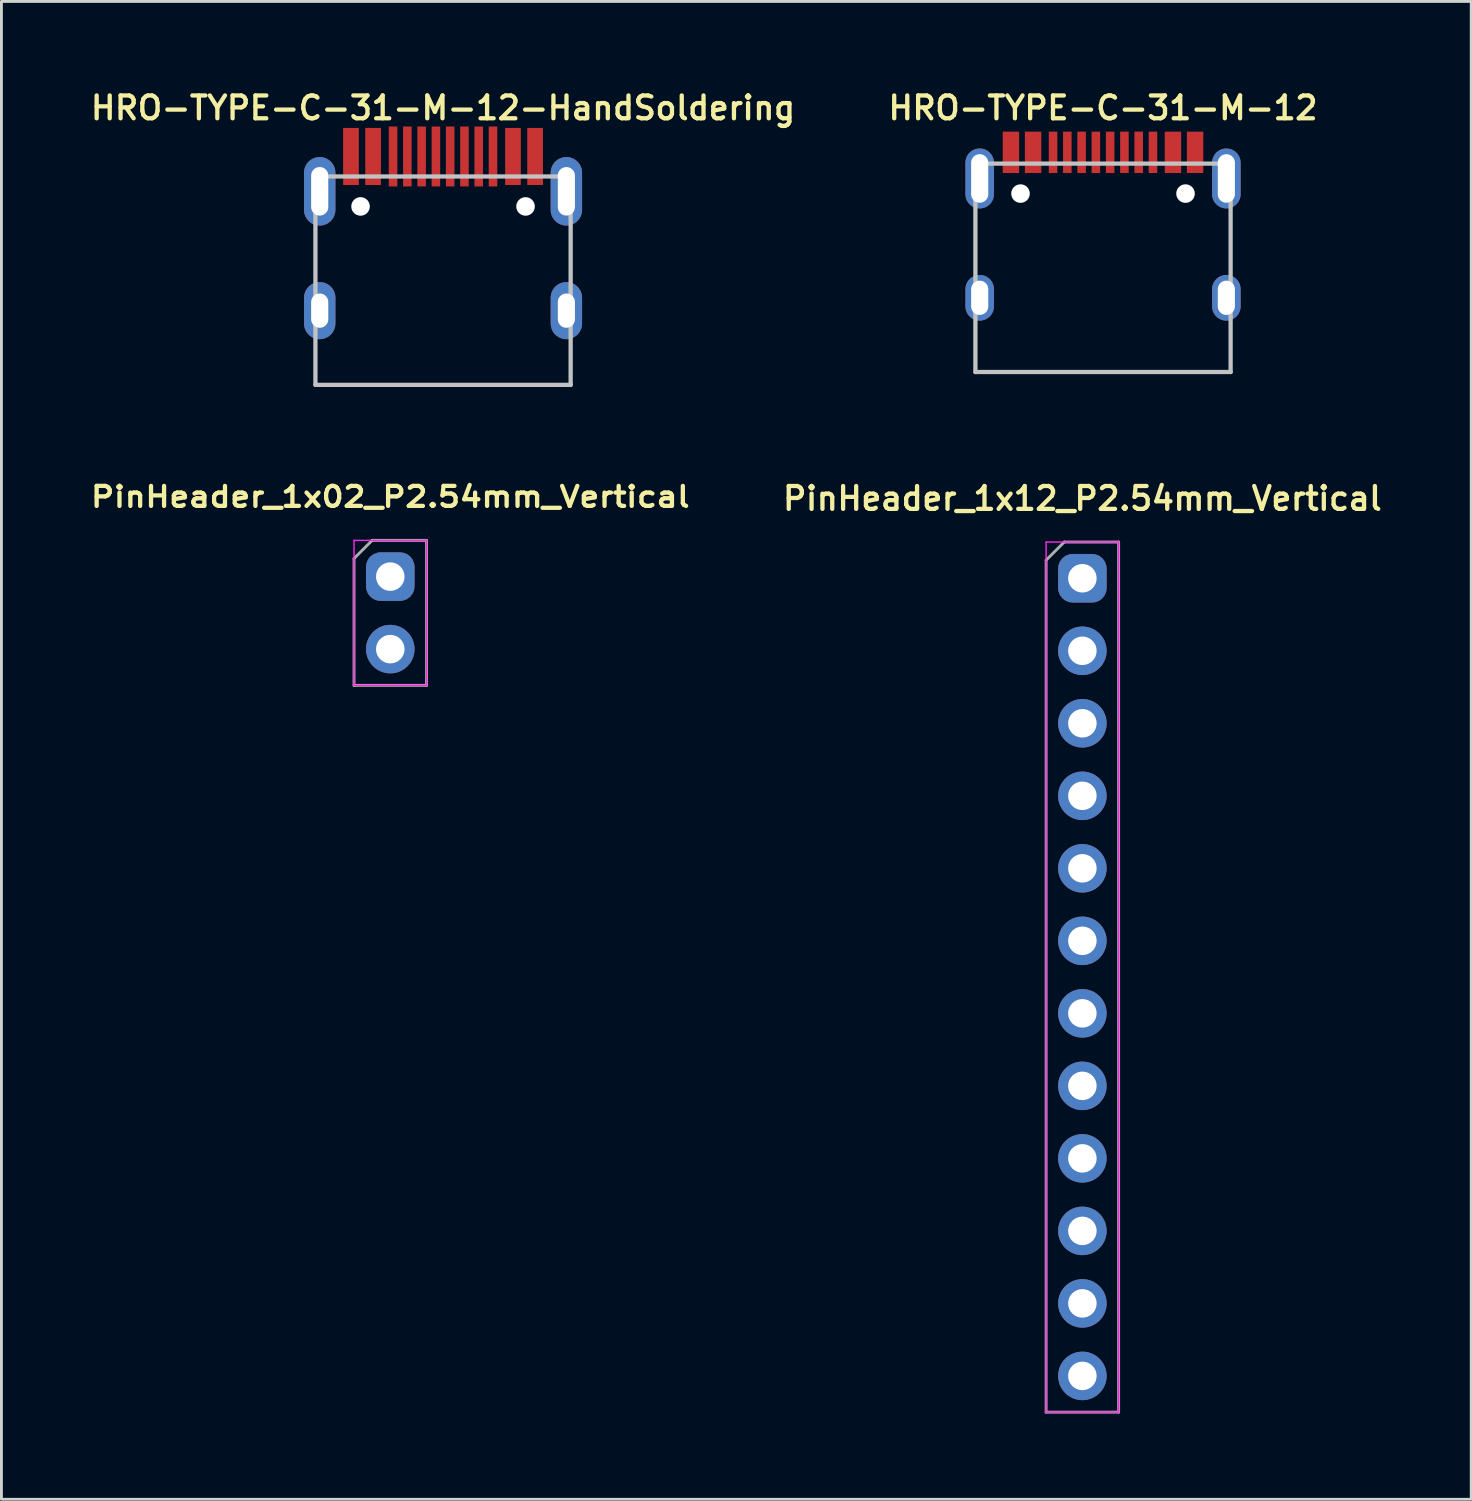
<source format=kicad_pcb>
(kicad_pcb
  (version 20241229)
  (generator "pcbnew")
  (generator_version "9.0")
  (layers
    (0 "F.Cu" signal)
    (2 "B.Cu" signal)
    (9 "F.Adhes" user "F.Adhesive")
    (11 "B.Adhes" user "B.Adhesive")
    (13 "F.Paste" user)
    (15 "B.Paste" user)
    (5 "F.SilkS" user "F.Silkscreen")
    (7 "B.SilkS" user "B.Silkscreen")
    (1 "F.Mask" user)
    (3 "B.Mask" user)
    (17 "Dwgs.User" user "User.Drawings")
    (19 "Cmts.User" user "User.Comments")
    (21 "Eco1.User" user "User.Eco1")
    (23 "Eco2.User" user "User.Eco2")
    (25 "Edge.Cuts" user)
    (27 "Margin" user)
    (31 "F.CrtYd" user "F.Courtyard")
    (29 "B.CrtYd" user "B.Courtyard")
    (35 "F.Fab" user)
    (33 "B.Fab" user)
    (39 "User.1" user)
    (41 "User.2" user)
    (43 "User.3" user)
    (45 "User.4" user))
  (footprint "HRO-TYPE-C-31-M-12-HandSoldering"
    (layer "F.Cu")
    (at 12.469 10.431)
    (property "Reference" "HRO-TYPE-C-31-M-12-HandSoldering" (at 0 -9.7 0) (layer "F.SilkS") (effects (font (size 0.8 0.8) (thickness 0.15))))
    (attr smd)
    (fp_line (start -4.47 -7.3) (end 4.47 -7.3) (stroke (width 0.15) (type solid)) (layer "Dwgs.User"))
    (fp_line (start -4.47 0) (end -4.47 -7.3) (stroke (width 0.15) (type solid)) (layer "Dwgs.User"))
    (fp_line (start -4.47 0) (end 4.47 0) (stroke (width 0.15) (type solid)) (layer "Dwgs.User"))
    (fp_line (start 4.47 0) (end 4.47 -7.3) (stroke (width 0.15) (type solid)) (layer "Dwgs.User"))
    (pad "" np_thru_hole circle (at -2.89 -6.25) (size 0.65 0.65) (drill 0.65) (layers "*.Cu" "*.Mask" "Eco2.User"))
    (pad "" np_thru_hole circle (at 2.89 -6.25) (size 0.65 0.65) (drill 0.65) (layers "*.Cu" "*.Mask" "Eco2.User"))
    (pad "1" smd rect (at -3.225 -8) (size 0.55 2) (layers "F.Cu" "F.Mask" "F.Paste"))
    (pad "2" smd rect (at -2.45 -8) (size 0.55 2) (layers "F.Cu" "F.Mask" "F.Paste"))
    (pad "3" smd rect (at -1.75 -8) (size 0.3 2.1) (layers "F.Cu" "F.Mask" "F.Paste"))
    (pad "4" smd rect (at -1.25 -8) (size 0.3 2.1) (layers "F.Cu" "F.Mask" "F.Paste"))
    (pad "5" smd rect (at -0.75 -8) (size 0.3 2.1) (layers "F.Cu" "F.Mask" "F.Paste"))
    (pad "6" smd rect (at -0.25 -8) (size 0.3 2.1) (layers "F.Cu" "F.Mask" "F.Paste"))
    (pad "7" smd rect (at 0.25 -8) (size 0.3 2.1) (layers "F.Cu" "F.Mask" "F.Paste"))
    (pad "8" smd rect (at 0.75 -8) (size 0.3 2.1) (layers "F.Cu" "F.Mask" "F.Paste"))
    (pad "9" smd rect (at 1.25 -8) (size 0.3 2.1) (layers "F.Cu" "F.Mask" "F.Paste"))
    (pad "10" smd rect (at 1.75 -8) (size 0.3 2.1) (layers "F.Cu" "F.Mask" "F.Paste"))
    (pad "11" smd rect (at 2.45 -8) (size 0.55 2) (layers "F.Cu" "F.Mask" "F.Paste"))
    (pad "12" smd rect (at 3.225 -8) (size 0.55 2) (layers "F.Cu" "F.Mask" "F.Paste"))
    (pad "13" thru_hole oval (at -4.32 -6.78) (size 1.1 2.4) (drill oval 0.6 1.7) (layers "*.Cu" "*.Mask" "Eco2.User"))
    (pad "13" thru_hole oval (at -4.32 -2.6) (size 1.1 2) (drill oval 0.6 1.2) (layers "*.Cu" "*.Mask" "Eco2.User"))
    (pad "13" thru_hole oval (at 4.32 -6.78) (size 1.1 2.4) (drill oval 0.6 1.7) (layers "*.Cu" "*.Mask" "Eco2.User"))
    (pad "13" thru_hole oval (at 4.32 -2.6) (size 1.1 2) (drill oval 0.6 1.2) (layers "*.Cu" "*.Mask" "Eco2.User")))
  (footprint "HRO-TYPE-C-31-M-12"
    (layer "F.Cu")
    (at 35.587 9.981)
    (property "Reference" "HRO-TYPE-C-31-M-12" (at 0 -9.25 0) (layer "F.SilkS") (effects (font (size 0.8 0.8) (thickness 0.15))))
    (attr smd)
    (fp_line (start -4.47 -7.3) (end 4.47 -7.3) (stroke (width 0.15) (type solid)) (layer "Dwgs.User"))
    (fp_line (start -4.47 0) (end -4.47 -7.3) (stroke (width 0.15) (type solid)) (layer "Dwgs.User"))
    (fp_line (start -4.47 0) (end 4.47 0) (stroke (width 0.15) (type solid)) (layer "Dwgs.User"))
    (fp_line (start 4.47 0) (end 4.47 -7.3) (stroke (width 0.15) (type solid)) (layer "Dwgs.User"))
    (pad "" np_thru_hole circle (at -2.89 -6.25) (size 0.65 0.65) (drill 0.65) (layers "*.Cu" "*.Mask" "Eco2.User"))
    (pad "" np_thru_hole circle (at 2.89 -6.25) (size 0.65 0.65) (drill 0.65) (layers "*.Cu" "*.Mask" "Eco2.User"))
    (pad "1" smd rect (at -3.225 -7.695) (size 0.575 1.45) (layers "F.Cu" "F.Mask" "F.Paste"))
    (pad "2" smd rect (at -2.45 -7.695) (size 0.575 1.45) (layers "F.Cu" "F.Mask" "F.Paste"))
    (pad "3" smd rect (at -1.75 -7.695) (size 0.3 1.45) (layers "F.Cu" "F.Mask" "F.Paste"))
    (pad "4" smd rect (at -1.25 -7.695) (size 0.3 1.45) (layers "F.Cu" "F.Mask" "F.Paste"))
    (pad "5" smd rect (at -0.75 -7.695) (size 0.3 1.45) (layers "F.Cu" "F.Mask" "F.Paste"))
    (pad "6" smd rect (at -0.25 -7.695) (size 0.3 1.45) (layers "F.Cu" "F.Mask" "F.Paste"))
    (pad "7" smd rect (at 0.25 -7.695) (size 0.3 1.45) (layers "F.Cu" "F.Mask" "F.Paste"))
    (pad "8" smd rect (at 0.75 -7.695) (size 0.3 1.45) (layers "F.Cu" "F.Mask" "F.Paste"))
    (pad "9" smd rect (at 1.25 -7.695) (size 0.3 1.45) (layers "F.Cu" "F.Mask" "F.Paste"))
    (pad "10" smd rect (at 1.75 -7.695) (size 0.3 1.45) (layers "F.Cu" "F.Mask" "F.Paste"))
    (pad "11" smd rect (at 2.45 -7.695) (size 0.575 1.45) (layers "F.Cu" "F.Mask" "F.Paste"))
    (pad "12" smd rect (at 3.225 -7.695) (size 0.575 1.45) (layers "F.Cu" "F.Mask" "F.Paste"))
    (pad "13" thru_hole oval (at -4.32 -6.78) (size 1 2.1) (drill oval 0.6 1.7) (layers "*.Cu" "*.Mask" "Eco2.User"))
    (pad "13" thru_hole oval (at -4.32 -2.6) (size 1 1.6) (drill oval 0.6 1.2) (layers "*.Cu" "*.Mask" "Eco2.User"))
    (pad "13" thru_hole oval (at 4.32 -6.78) (size 1 2.1) (drill oval 0.6 1.7) (layers "*.Cu" "*.Mask" "Eco2.User"))
    (pad "13" thru_hole oval (at 4.32 -2.6) (size 1 1.6) (drill oval 0.6 1.2) (layers "*.Cu" "*.Mask" "Eco2.User")))
  (footprint "PinHeader_1x12_P2.54mm_Vertical"
    (layer "F.Cu")
    (at 34.864 17.206)
    (property "Reference" "PinHeader_1x12_P2.54mm_Vertical" (at 0 -2.794 0) (layer "F.SilkS") (effects (font (size 0.8 0.8) (thickness 0.15))))
    (attr through_hole)
    (fp_line (start -1.27 -1.27) (end -1.27 29.21) (stroke (width 0.05) (type solid)) (layer "F.CrtYd"))
    (fp_line (start -1.27 29.21) (end 1.27 29.21) (stroke (width 0.05) (type solid)) (layer "F.CrtYd"))
    (fp_line (start 1.27 -1.27) (end -1.27 -1.27) (stroke (width 0.05) (type solid)) (layer "F.CrtYd"))
    (fp_line (start 1.27 29.21) (end 1.27 -1.27) (stroke (width 0.05) (type solid)) (layer "F.CrtYd"))
    (fp_line (start -1.27 -0.635) (end -0.635 -1.27) (stroke (width 0.1) (type solid)) (layer "F.Fab"))
    (fp_line (start -1.27 29.21) (end -1.27 -0.635) (stroke (width 0.1) (type solid)) (layer "F.Fab"))
    (fp_line (start -0.635 -1.27) (end 1.27 -1.27) (stroke (width 0.1) (type solid)) (layer "F.Fab"))
    (fp_line (start 1.27 -1.27) (end 1.27 29.21) (stroke (width 0.1) (type solid)) (layer "F.Fab"))
    (fp_line (start 1.27 29.21) (end -1.27 29.21) (stroke (width 0.1) (type solid)) (layer "F.Fab"))
    (pad "1" thru_hole roundrect (at 0 0) (size 1.7 1.7) (drill 1) (layers "*.Cu" "*.Mask") (roundrect_rratio 0.3))
    (pad "2" thru_hole oval (at 0 2.54) (size 1.7 1.7) (drill 1) (layers "*.Cu" "*.Mask"))
    (pad "3" thru_hole oval (at 0 5.08) (size 1.7 1.7) (drill 1) (layers "*.Cu" "*.Mask"))
    (pad "4" thru_hole oval (at 0 7.62) (size 1.7 1.7) (drill 1) (layers "*.Cu" "*.Mask"))
    (pad "5" thru_hole oval (at 0 10.16) (size 1.7 1.7) (drill 1) (layers "*.Cu" "*.Mask"))
    (pad "6" thru_hole oval (at 0 12.7) (size 1.7 1.7) (drill 1) (layers "*.Cu" "*.Mask"))
    (pad "7" thru_hole oval (at 0 15.24) (size 1.7 1.7) (drill 1) (layers "*.Cu" "*.Mask"))
    (pad "8" thru_hole oval (at 0 17.78) (size 1.7 1.7) (drill 1) (layers "*.Cu" "*.Mask"))
    (pad "9" thru_hole oval (at 0 20.32) (size 1.7 1.7) (drill 1) (layers "*.Cu" "*.Mask"))
    (pad "10" thru_hole oval (at 0 22.86) (size 1.7 1.7) (drill 1) (layers "*.Cu" "*.Mask"))
    (pad "11" thru_hole oval (at 0 25.4) (size 1.7 1.7) (drill 1) (layers "*.Cu" "*.Mask"))
    (pad "12" thru_hole oval (at 0 27.94) (size 1.7 1.7) (drill 1) (layers "*.Cu" "*.Mask")))
  (footprint "PinHeader_1x02_P2.54mm_Vertical"
    (layer "F.Cu")
    (at 10.621 17.148)
    (property "Reference" "PinHeader_1x02_P2.54mm_Vertical" (at 0 -2.794 0) (layer "F.SilkS") (effects (font (size 0.7 0.8) (thickness 0.15))))
    (attr through_hole)
    (fp_line (start -1.27 -1.27) (end -1.27 3.81) (stroke (width 0.05) (type solid)) (layer "F.CrtYd"))
    (fp_line (start -1.27 3.81) (end 1.27 3.81) (stroke (width 0.05) (type solid)) (layer "F.CrtYd"))
    (fp_line (start 1.27 -1.27) (end -1.27 -1.27) (stroke (width 0.05) (type solid)) (layer "F.CrtYd"))
    (fp_line (start 1.27 3.81) (end 1.27 -1.27) (stroke (width 0.05) (type solid)) (layer "F.CrtYd"))
    (fp_line (start -1.27 -0.635) (end -0.635 -1.27) (stroke (width 0.1) (type solid)) (layer "F.Fab"))
    (fp_line (start -1.27 3.81) (end -1.27 -0.635) (stroke (width 0.1) (type solid)) (layer "F.Fab"))
    (fp_line (start -0.635 -1.27) (end 1.27 -1.27) (stroke (width 0.1) (type solid)) (layer "F.Fab"))
    (fp_line (start 1.27 -1.27) (end 1.27 3.81) (stroke (width 0.1) (type solid)) (layer "F.Fab"))
    (fp_line (start 1.27 3.81) (end -1.27 3.81) (stroke (width 0.1) (type solid)) (layer "F.Fab"))
    (pad "1" thru_hole roundrect (at 0 0) (size 1.7 1.7) (drill 1) (layers "*.Cu" "*.Mask") (roundrect_rratio 0.3))
    (pad "2" thru_hole oval (at 0 2.54) (size 1.7 1.7) (drill 1) (layers "*.Cu" "*.Mask")))
  (gr_rect
    (start -3 -3)
    (end 48.485 49.467)
    (stroke (width 0.1) (type default))
    (fill no)
    (layer "Edge.Cuts")))
</source>
